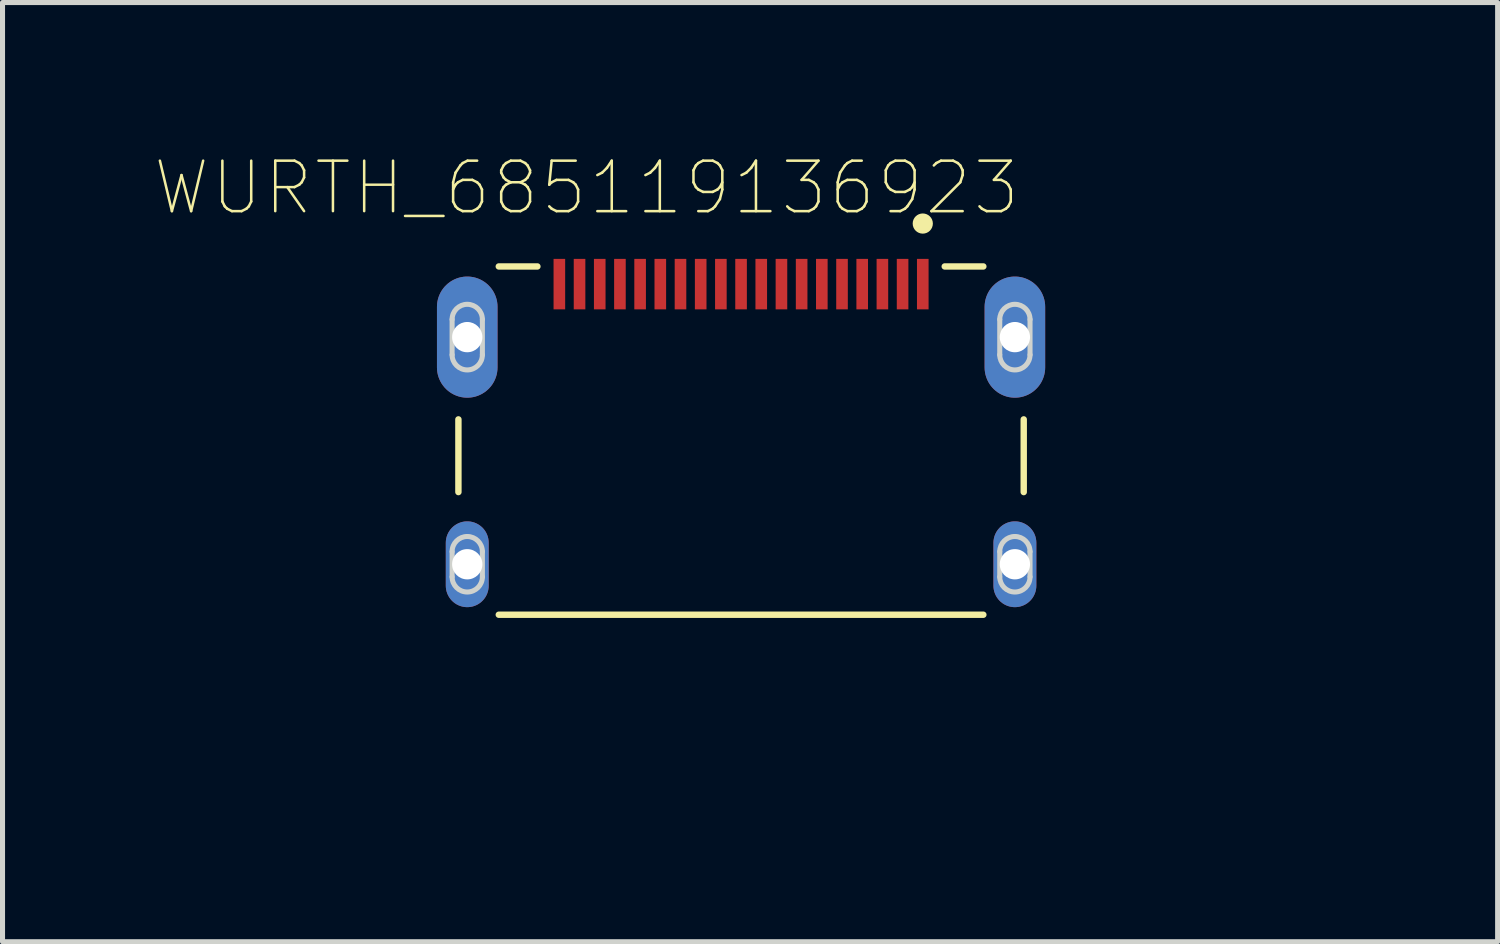
<source format=kicad_pcb>
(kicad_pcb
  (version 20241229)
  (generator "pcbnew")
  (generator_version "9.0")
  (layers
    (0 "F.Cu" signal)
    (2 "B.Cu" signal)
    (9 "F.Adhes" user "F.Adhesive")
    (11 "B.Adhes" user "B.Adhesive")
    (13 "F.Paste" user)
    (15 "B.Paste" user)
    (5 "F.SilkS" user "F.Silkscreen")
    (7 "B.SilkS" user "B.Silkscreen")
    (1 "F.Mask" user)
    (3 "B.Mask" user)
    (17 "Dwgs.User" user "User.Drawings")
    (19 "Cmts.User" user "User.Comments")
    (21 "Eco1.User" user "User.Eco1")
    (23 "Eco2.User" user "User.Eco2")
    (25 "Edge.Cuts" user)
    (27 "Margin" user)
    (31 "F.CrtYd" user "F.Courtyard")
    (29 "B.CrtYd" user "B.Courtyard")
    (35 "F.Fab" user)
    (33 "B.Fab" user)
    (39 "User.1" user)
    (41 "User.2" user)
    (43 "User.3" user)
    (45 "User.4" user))
  (footprint "WURTH_685119136923"
    (layer "F.Cu")
    (at 11.632 2.579)
    (property "Reference" "WURTH_685119136923" (at -3.062 -1.906 0) (layer "F.SilkS") (effects (font (size 1 1) (thickness 0.05))))
    (attr smd)
    (fp_line (start -5.6 4.12) (end -5.6 2.68) (stroke (width 0.127) (type solid)) (layer "F.SilkS"))
    (fp_line (start -4.8 -0.35) (end -4.035 -0.35) (stroke (width 0.127) (type solid)) (layer "F.SilkS"))
    (fp_line (start -4.8 6.55) (end 4.8 6.55) (stroke (width 0.127) (type solid)) (layer "F.SilkS"))
    (fp_line (start 4.8 -0.35) (end 4.035 -0.35) (stroke (width 0.127) (type solid)) (layer "F.SilkS"))
    (fp_line (start 5.6 4.12) (end 5.6 2.68) (stroke (width 0.127) (type solid)) (layer "F.SilkS"))
    (fp_circle (center 3.6 -1.2) (end 3.7 -1.2) (stroke (width 0.2) (type solid)) (fill no) (layer "F.SilkS"))
    (fp_line (start -6.275 -0.75) (end 6.275 -0.75) (stroke (width 0.05) (type solid)) (layer "Eco1.User"))
    (fp_line (start -6.275 7.8) (end -6.275 -0.75) (stroke (width 0.05) (type solid)) (layer "Eco1.User"))
    (fp_line (start 6.275 -0.75) (end 6.275 7.8) (stroke (width 0.05) (type solid)) (layer "Eco1.User"))
    (fp_line (start 6.275 7.8) (end -6.275 7.8) (stroke (width 0.05) (type solid)) (layer "Eco1.User"))
    (fp_line (start -5.6 -0.35) (end -5.6 6.55) (stroke (width 0.127) (type solid)) (layer "Eco2.User"))
    (fp_line (start -5.6 6.55) (end -5.6 7.55) (stroke (width 0.127) (type solid)) (layer "Eco2.User"))
    (fp_line (start -5.6 7.55) (end 5.6 7.55) (stroke (width 0.127) (type solid)) (layer "Eco2.User"))
    (fp_line (start 1 7.58) (end 3.6 9.19) (stroke (width 0.127) (type solid)) (layer "Eco2.User"))
    (fp_line (start 3.1 6.58) (end 4.5 7.29) (stroke (width 0.127) (type solid)) (layer "Eco2.User"))
    (fp_line (start 3.6 9.19) (end 5.58 9.19) (stroke (width 0.127) (type solid)) (layer "Eco2.User"))
    (fp_line (start 4.5 7.29) (end 7.48 7.29) (stroke (width 0.127) (type solid)) (layer "Eco2.User"))
    (fp_line (start 5.6 -0.35) (end -5.6 -0.35) (stroke (width 0.127) (type solid)) (layer "Eco2.User"))
    (fp_line (start 5.6 6.55) (end -5.6 6.55) (stroke (width 0.127) (type solid)) (layer "Eco2.User"))
    (fp_line (start 5.6 6.55) (end 5.6 -0.35) (stroke (width 0.127) (type solid)) (layer "Eco2.User"))
    (fp_line (start 5.6 7.55) (end 5.6 6.55) (stroke (width 0.127) (type solid)) (layer "Eco2.User"))
    (fp_circle (center 3.6 -1.2) (end 3.7 -1.2) (stroke (width 0.2) (type solid)) (fill no) (layer "Eco2.User"))
    (fp_line (start -5.725 0.7) (end -5.725 1.4) (stroke (width 0.1) (type solid)) (layer "Edge.Cuts"))
    (fp_line (start -5.725 5.3) (end -5.725 5.8) (stroke (width 0.1) (type solid)) (layer "Edge.Cuts"))
    (fp_line (start -5.125 1.4) (end -5.125 0.7) (stroke (width 0.1) (type solid)) (layer "Edge.Cuts"))
    (fp_line (start -5.125 5.8) (end -5.125 5.3) (stroke (width 0.1) (type solid)) (layer "Edge.Cuts"))
    (fp_line (start 5.125 0.7) (end 5.125 1.4) (stroke (width 0.1) (type solid)) (layer "Edge.Cuts"))
    (fp_line (start 5.125 5.3) (end 5.125 5.8) (stroke (width 0.1) (type solid)) (layer "Edge.Cuts"))
    (fp_line (start 5.725 1.4) (end 5.725 0.7) (stroke (width 0.1) (type solid)) (layer "Edge.Cuts"))
    (fp_line (start 5.725 5.8) (end 5.725 5.3) (stroke (width 0.1) (type solid)) (layer "Edge.Cuts"))
    (fp_arc (start -5.725 0.7) (mid -5.425 0.4) (end -5.125 0.7) (stroke (width 0.1) (type solid)) (layer "Edge.Cuts"))
    (fp_arc (start -5.725 5.3) (mid -5.425 5) (end -5.125 5.3) (stroke (width 0.1) (type solid)) (layer "Edge.Cuts"))
    (fp_arc (start -5.125 1.4) (mid -5.425 1.7) (end -5.725 1.4) (stroke (width 0.1) (type solid)) (layer "Edge.Cuts"))
    (fp_arc (start -5.125 5.8) (mid -5.425 6.1) (end -5.725 5.8) (stroke (width 0.1) (type solid)) (layer "Edge.Cuts"))
    (fp_arc (start 5.125 0.7) (mid 5.425 0.4) (end 5.725 0.7) (stroke (width 0.1) (type solid)) (layer "Edge.Cuts"))
    (fp_arc (start 5.125 5.3) (mid 5.425 5) (end 5.725 5.3) (stroke (width 0.1) (type solid)) (layer "Edge.Cuts"))
    (fp_arc (start 5.725 1.4) (mid 5.425 1.7) (end 5.125 1.4) (stroke (width 0.1) (type solid)) (layer "Edge.Cuts"))
    (fp_arc (start 5.725 5.8) (mid 5.425 6.1) (end 5.125 5.8) (stroke (width 0.1) (type solid)) (layer "Edge.Cuts"))
    (fp_text user "PCB~{EDGE}" (at 7.7 7.17 0) (layer "Edge.Cuts") (effects (font (size 1 1) (thickness 0.05))))
    (fp_text user "CONNECTOR~{EDGE}" (at 5.68 9.26 0) (layer "Edge.Cuts") (effects (font (size 1 1) (thickness 0.05))))
    (pad "1" smd rect (at 3.6 0 180) (size 0.23 1) (layers "F.Cu" "F.Mask" "F.Paste"))
    (pad "2" smd rect (at 3.2 0 180) (size 0.23 1) (layers "F.Cu" "F.Mask" "F.Paste"))
    (pad "3" smd rect (at 2.8 0 180) (size 0.23 1) (layers "F.Cu" "F.Mask" "F.Paste"))
    (pad "4" smd rect (at 2.4 0 180) (size 0.23 1) (layers "F.Cu" "F.Mask" "F.Paste"))
    (pad "5" smd rect (at 2 0 180) (size 0.23 1) (layers "F.Cu" "F.Mask" "F.Paste"))
    (pad "6" smd rect (at 1.6 0 180) (size 0.23 1) (layers "F.Cu" "F.Mask" "F.Paste"))
    (pad "7" smd rect (at 1.2 0 180) (size 0.23 1) (layers "F.Cu" "F.Mask" "F.Paste"))
    (pad "8" smd rect (at 0.8 0 180) (size 0.23 1) (layers "F.Cu" "F.Mask" "F.Paste"))
    (pad "9" smd rect (at 0.4 0 180) (size 0.23 1) (layers "F.Cu" "F.Mask" "F.Paste"))
    (pad "10" smd rect (at 0 0 180) (size 0.23 1) (layers "F.Cu" "F.Mask" "F.Paste"))
    (pad "11" smd rect (at -0.4 0 180) (size 0.23 1) (layers "F.Cu" "F.Mask" "F.Paste"))
    (pad "12" smd rect (at -0.8 0 180) (size 0.23 1) (layers "F.Cu" "F.Mask" "F.Paste"))
    (pad "13" smd rect (at -1.2 0 180) (size 0.23 1) (layers "F.Cu" "F.Mask" "F.Paste"))
    (pad "14" smd rect (at -1.6 0 180) (size 0.23 1) (layers "F.Cu" "F.Mask" "F.Paste"))
    (pad "15" smd rect (at -2 0 180) (size 0.23 1) (layers "F.Cu" "F.Mask" "F.Paste"))
    (pad "16" smd rect (at -2.4 0 180) (size 0.23 1) (layers "F.Cu" "F.Mask" "F.Paste"))
    (pad "17" smd rect (at -2.8 0 180) (size 0.23 1) (layers "F.Cu" "F.Mask" "F.Paste"))
    (pad "18" smd rect (at -3.2 0 180) (size 0.23 1) (layers "F.Cu" "F.Mask" "F.Paste"))
    (pad "19" smd rect (at -3.6 0 180) (size 0.23 1) (layers "F.Cu" "F.Mask" "F.Paste"))
    (pad "SH" thru_hole oval (at -5.425 1.05 90) (size 2.4 1.2) (drill 0.6) (layers "*.Cu" "*.Mask"))
    (pad "SH" thru_hole oval (at -5.425 5.55 90) (size 1.7 0.85) (drill 0.6) (layers "*.Cu" "*.Mask"))
    (pad "SH" thru_hole oval (at 5.425 1.05 90) (size 2.4 1.2) (drill 0.6) (layers "*.Cu" "*.Mask"))
    (pad "SH" thru_hole oval (at 5.425 5.55 90) (size 1.7 0.85) (drill 0.6) (layers "*.Cu" "*.Mask")))
  (gr_rect
    (start -3 -3)
    (end 26.621 15.607)
    (stroke (width 0.1) (type default))
    (fill no)
    (layer "Edge.Cuts")))
</source>
